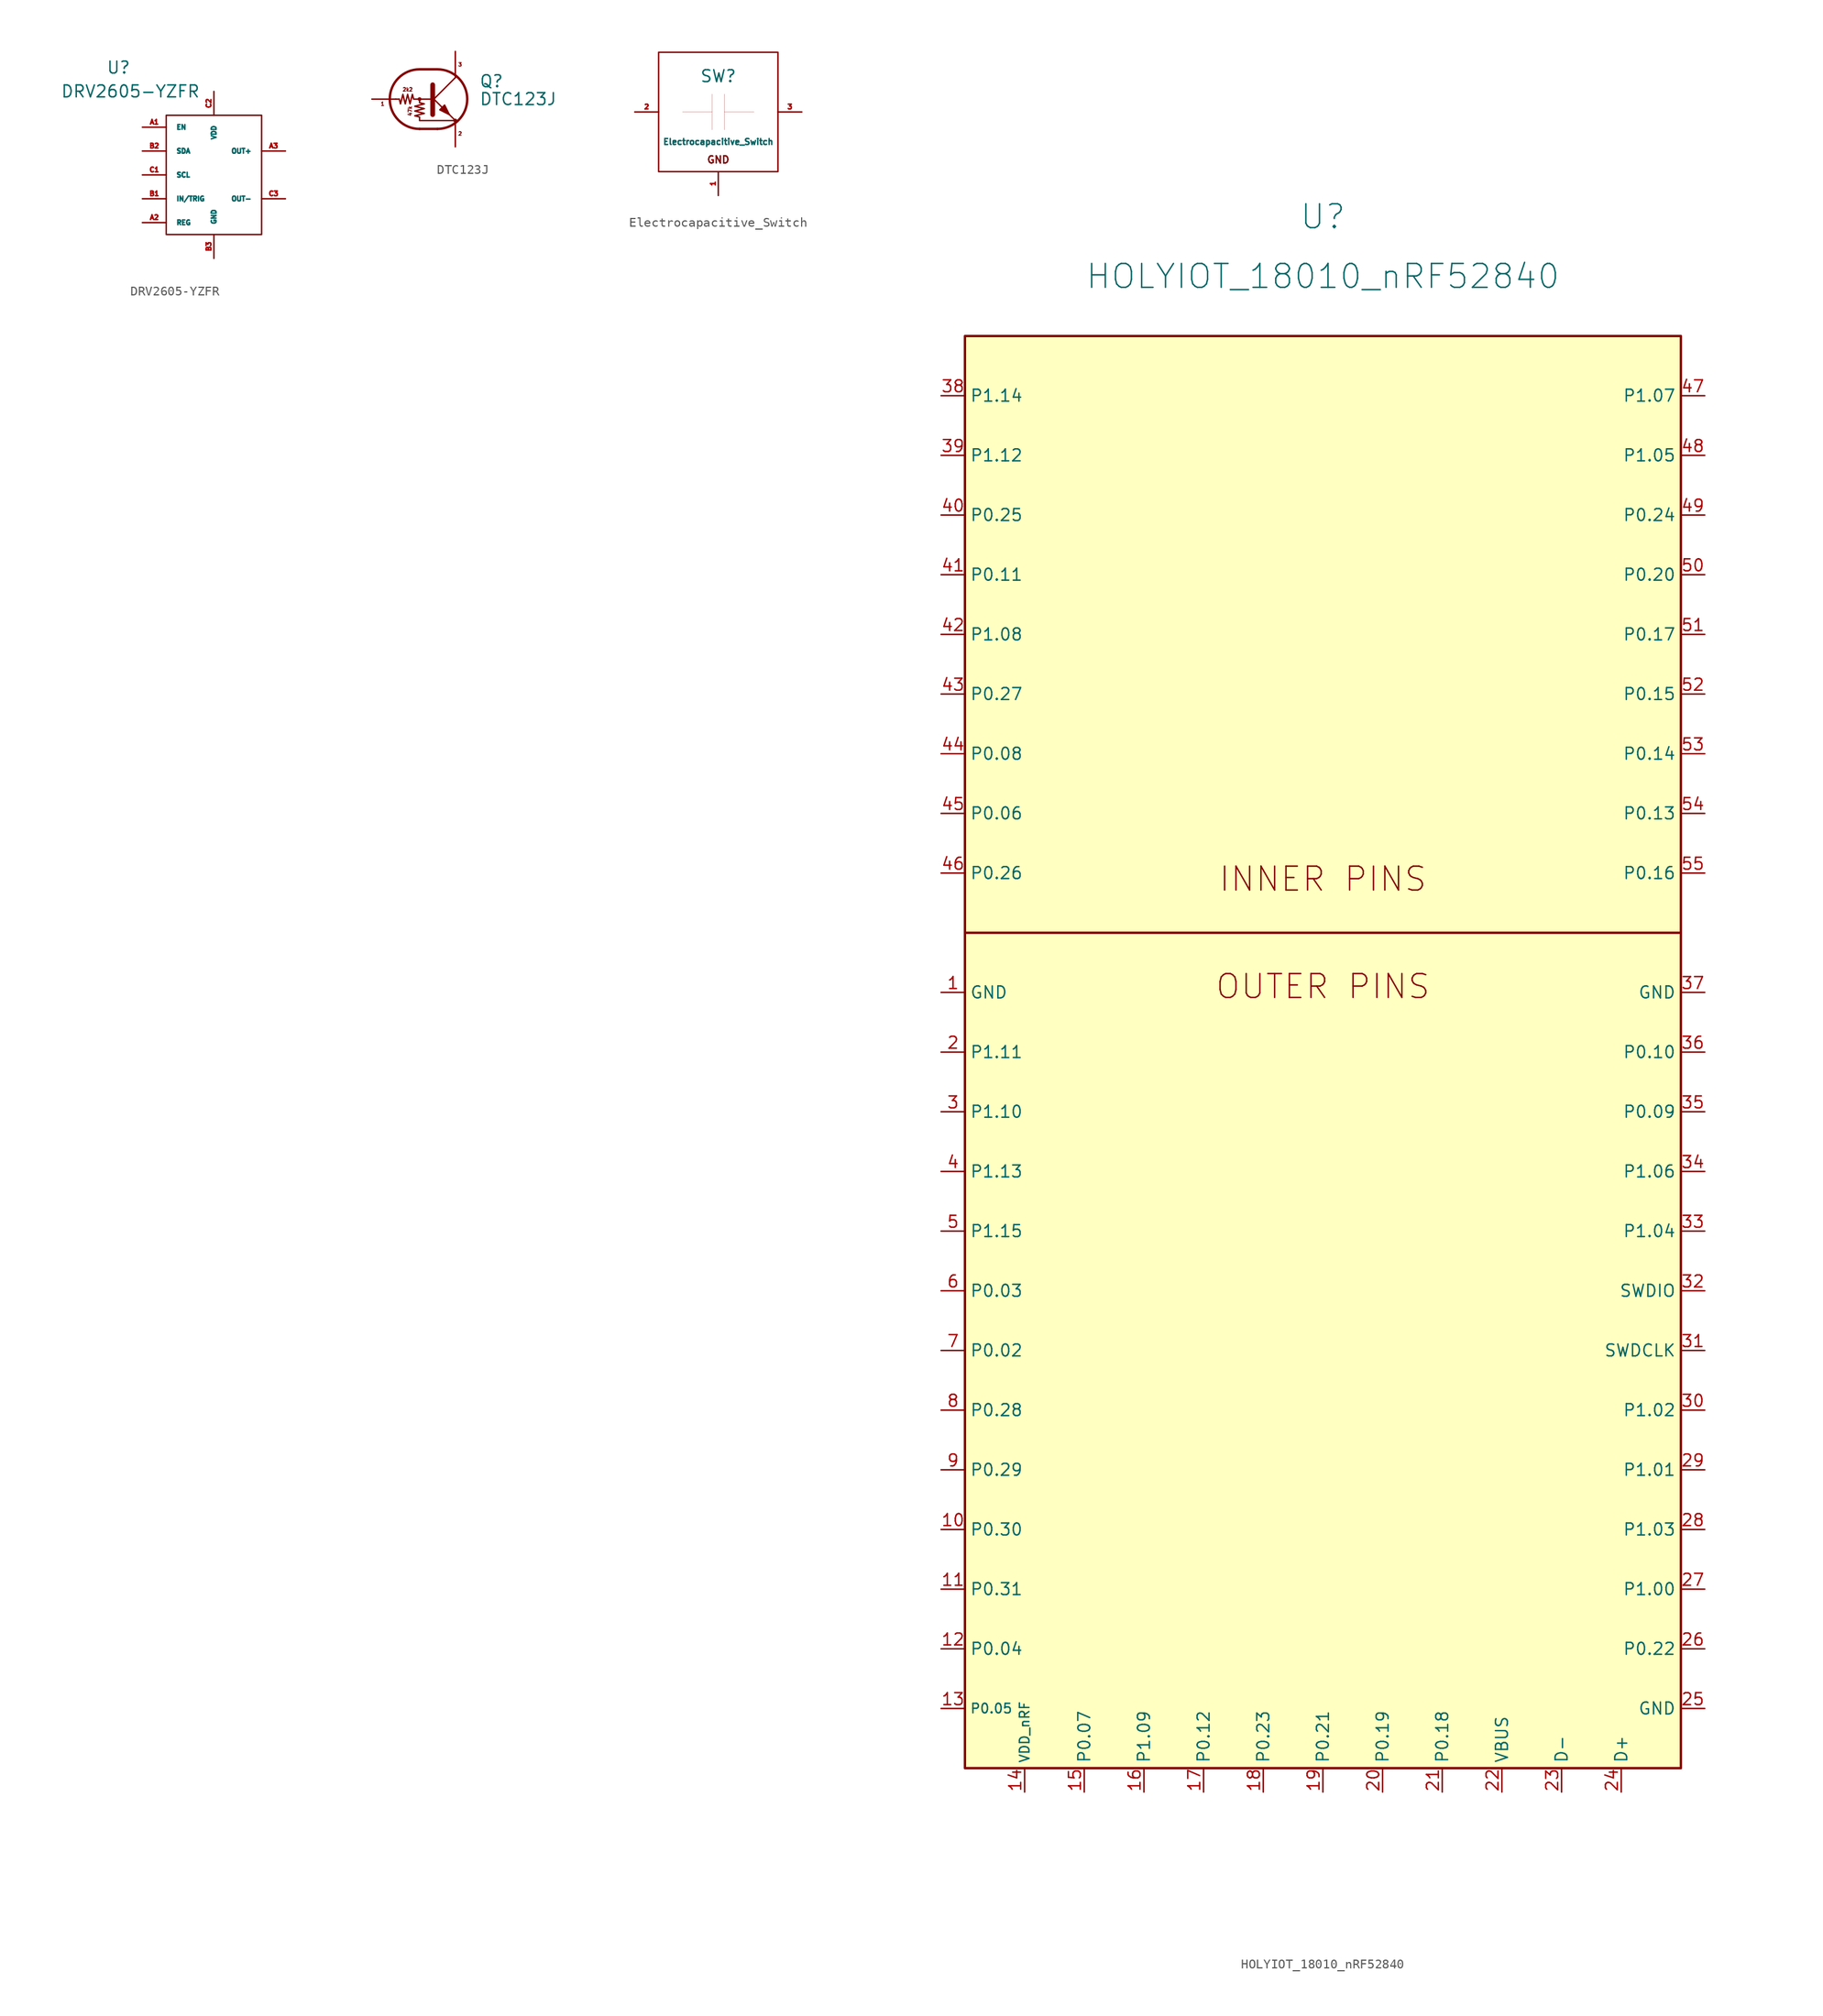
<source format=kicad_sym>
(kicad_symbol_lib
  (version 20211014)
  (generator kicad_symbol_editor)
  (symbol "DRV2605-YZFR"
    (pin_names
      (offset 1.016))
    (property "Reference" "U"
      (at -10.16 11.43 0)
      (effects (font (size 1.27 1.27))))
    (property "Value" "DRV2605-YZFR"
      (at -8.89 8.89 0)
      (effects (font (size 1.27 1.27))))
    (symbol "DRV2605-YZFR_0_1"
      (rectangle (start -5.08 6.35) (end 5.08 -6.35) (stroke (width 0) (type default) (color 0 0 0 0)) (fill (type none))))
    (symbol "DRV2605-YZFR_1_1"
      (pin input line (at -7.62 5.08 0) (length 2.54) (name "EN" (effects (font (size 0.508 0.508)))) (number "A1" (effects (font (size 0.508 0.508)))))
      (pin power_out line (at -7.62 -5.08 0) (length 2.54) (name "REG" (effects (font (size 0.508 0.508)))) (number "A2" (effects (font (size 0.508 0.508)))))
      (pin power_out line (at 7.62 2.54 180) (length 2.54) (name "OUT+" (effects (font (size 0.508 0.508)))) (number "A3" (effects (font (size 0.508 0.508)))))
      (pin input line (at -7.62 -2.54 0) (length 2.54) (name "IN/TRIG" (effects (font (size 0.508 0.508)))) (number "B1" (effects (font (size 0.508 0.508)))))
      (pin bidirectional line (at -7.62 2.54 0) (length 2.54) (name "SDA" (effects (font (size 0.508 0.508)))) (number "B2" (effects (font (size 0.508 0.508)))))
      (pin passive line (at 0 -8.89 90) (length 2.54) (name "GND" (effects (font (size 0.508 0.508)))) (number "B3" (effects (font (size 0.508 0.508)))))
      (pin bidirectional line (at -7.62 0 0) (length 2.54) (name "SCL" (effects (font (size 0.508 0.508)))) (number "C1" (effects (font (size 0.508 0.508)))))
      (pin passive line (at 0 8.89 270) (length 2.54) (name "VDD" (effects (font (size 0.508 0.508)))) (number "C2" (effects (font (size 0.508 0.508)))))
      (pin passive line (at 7.62 -2.54 180) (length 2.54) (name "OUT-" (effects (font (size 0.508 0.508)))) (number "C3" (effects (font (size 0.508 0.508)))))))
  (symbol "DTC123J"
    (pin_names
      (offset 0) hide)
    (property "Reference" "Q"
      (at 5.08 1.905 0)
      (effects (font (size 1.27 1.27)) (justify left)))
    (property "Value" "DTC123J"
      (at 5.08 0 0)
      (effects (font (size 1.27 1.27)) (justify left)))
    (symbol "DTC123J_0_0"
      (text "2k2" (at -2.54 1.016 0) (effects (font (size 0.381 0.381))))
      (text "47k" (at -2.286 -1.27 900) (effects (font (size 0.381 0.381)))))
    (symbol "DTC123J_0_1"
      (circle (center -1.27 0) (radius 0.127) (stroke (width 0) (type default) (color 0 0 0 0)) (fill (type none)))
      (arc (start -1.27 3.175) (mid -4.445 0) (end -1.27 -3.175) (stroke (width 0.254) (type default) (color 0 0 0 0)) (fill (type none)))
      (polyline (pts (xy -3.429 0) (xy -3.81 0)) (stroke (width 0) (type default) (color 0 0 0 0)) (fill (type none)))
      (polyline (pts (xy -1.27 -3.175) (xy 0.635 -3.175)) (stroke (width 0.254) (type default) (color 0 0 0 0)) (fill (type none)))
      (polyline (pts (xy -1.27 3.175) (xy 0.635 3.175)) (stroke (width 0.254) (type default) (color 0 0 0 0)) (fill (type none)))
      (polyline (pts (xy 0 -0.254) (xy 2.54 2.286)) (stroke (width 0) (type default) (color 0 0 0 0)) (fill (type none)))
      (polyline (pts (xy 0.127 1.524) (xy 0.127 -1.651)) (stroke (width 0.508) (type default) (color 0 0 0 0)) (fill (type outline)))
      (polyline (pts (xy 2.54 2.286) (xy 2.54 2.54)) (stroke (width 0) (type default) (color 0 0 0 0)) (fill (type none)))
      (polyline (pts (xy 2.54 -2.286) (xy 0 0.254) (xy 0 0.254)) (stroke (width 0) (type default) (color 0 0 0 0)) (fill (type none)))
      (polyline (pts (xy 0.889 -1.143) (xy 1.397 -0.635) (xy 1.905 -1.651) (xy 0.889 -1.143)) (stroke (width 0) (type default) (color 0 0 0 0)) (fill (type outline)))
      (polyline (pts (xy 0 0) (xy -1.905 0) (xy -2.032 0.508) (xy -2.286 -0.508) (xy -2.54 0.508) (xy -2.794 -0.508) (xy -3.048 0.508) (xy -3.302 -0.508) (xy -3.429 0)) (stroke (width 0) (type default) (color 0 0 0 0)) (fill (type none)))
      (polyline (pts (xy -1.27 0) (xy -1.27 -0.381) (xy -0.762 -0.508) (xy -1.778 -0.762) (xy -0.762 -1.016) (xy -1.778 -1.27) (xy -0.762 -1.524) (xy -1.778 -1.778) (xy -1.27 -1.905) (xy -1.27 -2.286) (xy 2.54 -2.286)) (stroke (width 0) (type default) (color 0 0 0 0)) (fill (type none)))
      (arc (start 0.635 -3.175) (mid 3.81 0) (end 0.635 3.175) (stroke (width 0.254) (type default) (color 0 0 0 0)) (fill (type none)))
      (circle (center 2.54 -2.286) (radius 0.127) (stroke (width 0) (type default) (color 0 0 0 0)) (fill (type none))))
    (symbol "DTC123J_1_1"
      (text "1" (at -5.207 -0.508 0) (effects (font (size 0.381 0.381))))
      (text "2" (at 3.048 -3.683 0) (effects (font (size 0.381 0.381))))
      (text "3" (at 3.048 3.683 0) (effects (font (size 0.381 0.381))))
      (pin input line (at -6.35 0 0) (length 2.54) (name "B" (effects (font (size 0 0)))) (number "1" (effects (font (size 0 0)))))
      (pin passive line (at 2.54 -5.08 90) (length 2.54) (name "E" (effects (font (size 0 0)))) (number "2" (effects (font (size 0 0)))))
      (pin passive line (at 2.54 5.08 270) (length 2.54) (name "C" (effects (font (size 0 0)))) (number "3" (effects (font (size 0 0)))))))
  (symbol "Electrocapacitive_Switch"
    (pin_names
      (offset 1.016))
    (property "Reference" "SW"
      (at 0 3.81 0)
      (effects (font (size 1.27 1.27))))
    (property "Value" "Electrocapacitive_Switch"
      (at 0 -3.175 0)
      (effects (font (size 0.635 0.635))))
    (symbol "Electrocapacitive_Switch_0_0"
      (rectangle (start -3.81 0) (end -0.635 0) (stroke (width 0.001) (type default) (color 0 0 0 0)) (fill (type none)))
      (rectangle (start -0.635 1.905) (end -0.635 -1.905) (stroke (width 0.001) (type default) (color 0 0 0 0)) (fill (type none)))
      (rectangle (start 0.635 0) (end 3.81 0) (stroke (width 0.001) (type default) (color 0 0 0 0)) (fill (type none)))
      (rectangle (start 0.635 1.905) (end 0.635 -1.905) (stroke (width 0.001) (type default) (color 0 0 0 0)) (fill (type none)))
      (text "GND" (at 0 -5.08 0) (effects (font (size 0.762 0.762)))))
    (symbol "Electrocapacitive_Switch_0_1"
      (rectangle (start -6.35 6.35) (end 6.35 -6.35) (stroke (width 0) (type default) (color 0 0 0 0)) (fill (type none))))
    (symbol "Electrocapacitive_Switch_1_1"
      (pin bidirectional line (at 0 -8.89 90) (length 2.54) (name "" (effects (font (size 0.508 0.508)))) (number "1" (effects (font (size 0.508 0.508)))))
      (pin bidirectional line (at -8.89 0 0) (length 2.54) (name "" (effects (font (size 0.508 0.508)))) (number "2" (effects (font (size 0.508 0.508)))))
      (pin bidirectional line (at 8.89 0 180) (length 2.54) (name "" (effects (font (size 0.508 0.508)))) (number "3" (effects (font (size 0.508 0.508)))))))
  (symbol "HOLYIOT_18010_nRF52840"
    (property "Reference" "U"
      (at 0 76.2 0)
      (effects (font (size 2.54 2.54))))
    (property "Value" "HOLYIOT_18010_nRF52840"
      (at 0 69.85 0)
      (effects (font (size 2.54 2.54))))
    (symbol "HOLYIOT_18010_nRF52840_0_0"
      (text "INNER PINS" (at 0 5.715 0) (effects (font (size 2.54 2.54))))
      (text "OUTER PINS" (at 0 -5.715 0) (effects (font (size 2.54 2.54)))))
    (symbol "HOLYIOT_18010_nRF52840_0_1"
      (rectangle (start -38.1 63.5) (end 38.1 -88.9) (stroke (width 0.254) (type default) (color 0 0 0 0)) (fill (type background)))
      (polyline (pts (xy -38.1 0) (xy 38.1 0)) (stroke (width 0.254) (type default) (color 0 0 0 0)) (fill (type none))))
    (symbol "HOLYIOT_18010_nRF52840_1_1"
      (pin power_in line (at -40.64 -6.35 0) (length 2.54) (name "GND" (effects (font (size 1.27 1.27)))) (number "1" (effects (font (size 1.27 1.27)))))
      (pin bidirectional line (at -40.64 -63.5 0) (length 2.54) (name "P0.30" (effects (font (size 1.27 1.27)))) (number "10" (effects (font (size 1.27 1.27)))))
      (pin bidirectional line (at -40.64 -69.85 0) (length 2.54) (name "P0.31" (effects (font (size 1.27 1.27)))) (number "11" (effects (font (size 1.27 1.27)))))
      (pin bidirectional line (at -40.64 -76.2 0) (length 2.54) (name "P0.04" (effects (font (size 1.27 1.27)))) (number "12" (effects (font (size 1.27 1.27)))))
      (pin bidirectional line (at -40.64 -82.55 0) (length 2.54) (name "P0.05" (effects (font (size 1.016 1.016)))) (number "13" (effects (font (size 1.27 1.27)))))
      (pin power_in line (at -31.75 -91.44 90) (length 2.54) (name "VDD_nRF" (effects (font (size 1.016 1.016)))) (number "14" (effects (font (size 1.27 1.27)))))
      (pin bidirectional line (at -25.4 -91.44 90) (length 2.54) (name "P0.07" (effects (font (size 1.27 1.27)))) (number "15" (effects (font (size 1.27 1.27)))))
      (pin bidirectional line (at -19.05 -91.44 90) (length 2.54) (name "P1.09" (effects (font (size 1.27 1.27)))) (number "16" (effects (font (size 1.27 1.27)))))
      (pin bidirectional line (at -12.7 -91.44 90) (length 2.54) (name "P0.12" (effects (font (size 1.27 1.27)))) (number "17" (effects (font (size 1.27 1.27)))))
      (pin bidirectional line (at -6.35 -91.44 90) (length 2.54) (name "P0.23" (effects (font (size 1.27 1.27)))) (number "18" (effects (font (size 1.27 1.27)))))
      (pin bidirectional line (at 0 -91.44 90) (length 2.54) (name "P0.21" (effects (font (size 1.27 1.27)))) (number "19" (effects (font (size 1.27 1.27)))))
      (pin bidirectional line (at -40.64 -12.7 0) (length 2.54) (name "P1.11" (effects (font (size 1.27 1.27)))) (number "2" (effects (font (size 1.27 1.27)))))
      (pin bidirectional line (at 6.35 -91.44 90) (length 2.54) (name "P0.19" (effects (font (size 1.27 1.27)))) (number "20" (effects (font (size 1.27 1.27)))))
      (pin bidirectional line (at 12.7 -91.44 90) (length 2.54) (name "P0.18" (effects (font (size 1.27 1.27)))) (number "21" (effects (font (size 1.27 1.27)))))
      (pin power_in line (at 19.05 -91.44 90) (length 2.54) (name "VBUS" (effects (font (size 1.27 1.27)))) (number "22" (effects (font (size 1.27 1.27)))))
      (pin bidirectional line (at 25.4 -91.44 90) (length 2.54) (name "D-" (effects (font (size 1.27 1.27)))) (number "23" (effects (font (size 1.27 1.27)))))
      (pin bidirectional line (at 31.75 -91.44 90) (length 2.54) (name "D+" (effects (font (size 1.27 1.27)))) (number "24" (effects (font (size 1.27 1.27)))))
      (pin power_in line (at 40.64 -82.55 180) (length 2.54) (name "GND" (effects (font (size 1.27 1.27)))) (number "25" (effects (font (size 1.27 1.27)))))
      (pin bidirectional line (at 40.64 -76.2 180) (length 2.54) (name "P0.22" (effects (font (size 1.27 1.27)))) (number "26" (effects (font (size 1.27 1.27)))))
      (pin bidirectional line (at 40.64 -69.85 180) (length 2.54) (name "P1.00" (effects (font (size 1.27 1.27)))) (number "27" (effects (font (size 1.27 1.27)))))
      (pin bidirectional line (at 40.64 -63.5 180) (length 2.54) (name "P1.03" (effects (font (size 1.27 1.27)))) (number "28" (effects (font (size 1.27 1.27)))))
      (pin bidirectional line (at 40.64 -57.15 180) (length 2.54) (name "P1.01" (effects (font (size 1.27 1.27)))) (number "29" (effects (font (size 1.27 1.27)))))
      (pin bidirectional line (at -40.64 -19.05 0) (length 2.54) (name "P1.10" (effects (font (size 1.27 1.27)))) (number "3" (effects (font (size 1.27 1.27)))))
      (pin bidirectional line (at 40.64 -50.8 180) (length 2.54) (name "P1.02" (effects (font (size 1.27 1.27)))) (number "30" (effects (font (size 1.27 1.27)))))
      (pin bidirectional line (at 40.64 -44.45 180) (length 2.54) (name "SWDCLK" (effects (font (size 1.27 1.27)))) (number "31" (effects (font (size 1.27 1.27)))))
      (pin bidirectional line (at 40.64 -38.1 180) (length 2.54) (name "SWDIO" (effects (font (size 1.27 1.27)))) (number "32" (effects (font (size 1.27 1.27)))))
      (pin bidirectional line (at 40.64 -31.75 180) (length 2.54) (name "P1.04" (effects (font (size 1.27 1.27)))) (number "33" (effects (font (size 1.27 1.27)))))
      (pin bidirectional line (at 40.64 -25.4 180) (length 2.54) (name "P1.06" (effects (font (size 1.27 1.27)))) (number "34" (effects (font (size 1.27 1.27)))))
      (pin bidirectional line (at 40.64 -19.05 180) (length 2.54) (name "P0.09" (effects (font (size 1.27 1.27)))) (number "35" (effects (font (size 1.27 1.27)))))
      (pin bidirectional line (at 40.64 -12.7 180) (length 2.54) (name "P0.10" (effects (font (size 1.27 1.27)))) (number "36" (effects (font (size 1.27 1.27)))))
      (pin power_in line (at 40.64 -6.35 180) (length 2.54) (name "GND" (effects (font (size 1.27 1.27)))) (number "37" (effects (font (size 1.27 1.27)))))
      (pin bidirectional line (at -40.64 57.15 0) (length 2.54) (name "P1.14" (effects (font (size 1.27 1.27)))) (number "38" (effects (font (size 1.27 1.27)))))
      (pin bidirectional line (at -40.64 50.8 0) (length 2.54) (name "P1.12" (effects (font (size 1.27 1.27)))) (number "39" (effects (font (size 1.27 1.27)))))
      (pin bidirectional line (at -40.64 -25.4 0) (length 2.54) (name "P1.13" (effects (font (size 1.27 1.27)))) (number "4" (effects (font (size 1.27 1.27)))))
      (pin bidirectional line (at -40.64 44.45 0) (length 2.54) (name "P0.25" (effects (font (size 1.27 1.27)))) (number "40" (effects (font (size 1.27 1.27)))))
      (pin bidirectional line (at -40.64 38.1 0) (length 2.54) (name "P0.11" (effects (font (size 1.27 1.27)))) (number "41" (effects (font (size 1.27 1.27)))))
      (pin bidirectional line (at -40.64 31.75 0) (length 2.54) (name "P1.08" (effects (font (size 1.27 1.27)))) (number "42" (effects (font (size 1.27 1.27)))))
      (pin bidirectional line (at -40.64 25.4 0) (length 2.54) (name "P0.27" (effects (font (size 1.27 1.27)))) (number "43" (effects (font (size 1.27 1.27)))))
      (pin bidirectional line (at -40.64 19.05 0) (length 2.54) (name "P0.08" (effects (font (size 1.27 1.27)))) (number "44" (effects (font (size 1.27 1.27)))))
      (pin bidirectional line (at -40.64 12.7 0) (length 2.54) (name "P0.06" (effects (font (size 1.27 1.27)))) (number "45" (effects (font (size 1.27 1.27)))))
      (pin bidirectional line (at -40.64 6.35 0) (length 2.54) (name "P0.26" (effects (font (size 1.27 1.27)))) (number "46" (effects (font (size 1.27 1.27)))))
      (pin bidirectional line (at 40.64 57.15 180) (length 2.54) (name "P1.07" (effects (font (size 1.27 1.27)))) (number "47" (effects (font (size 1.27 1.27)))))
      (pin bidirectional line (at 40.64 50.8 180) (length 2.54) (name "P1.05" (effects (font (size 1.27 1.27)))) (number "48" (effects (font (size 1.27 1.27)))))
      (pin bidirectional line (at 40.64 44.45 180) (length 2.54) (name "P0.24" (effects (font (size 1.27 1.27)))) (number "49" (effects (font (size 1.27 1.27)))))
      (pin bidirectional line (at -40.64 -31.75 0) (length 2.54) (name "P1.15" (effects (font (size 1.27 1.27)))) (number "5" (effects (font (size 1.27 1.27)))))
      (pin bidirectional line (at 40.64 38.1 180) (length 2.54) (name "P0.20" (effects (font (size 1.27 1.27)))) (number "50" (effects (font (size 1.27 1.27)))))
      (pin bidirectional line (at 40.64 31.75 180) (length 2.54) (name "P0.17" (effects (font (size 1.27 1.27)))) (number "51" (effects (font (size 1.27 1.27)))))
      (pin bidirectional line (at 40.64 25.4 180) (length 2.54) (name "P0.15" (effects (font (size 1.27 1.27)))) (number "52" (effects (font (size 1.27 1.27)))))
      (pin bidirectional line (at 40.64 19.05 180) (length 2.54) (name "P0.14" (effects (font (size 1.27 1.27)))) (number "53" (effects (font (size 1.27 1.27)))))
      (pin bidirectional line (at 40.64 12.7 180) (length 2.54) (name "P0.13" (effects (font (size 1.27 1.27)))) (number "54" (effects (font (size 1.27 1.27)))))
      (pin bidirectional line (at 40.64 6.35 180) (length 2.54) (name "P0.16" (effects (font (size 1.27 1.27)))) (number "55" (effects (font (size 1.27 1.27)))))
      (pin bidirectional line (at -40.64 -38.1 0) (length 2.54) (name "P0.03" (effects (font (size 1.27 1.27)))) (number "6" (effects (font (size 1.27 1.27)))))
      (pin bidirectional line (at -40.64 -44.45 0) (length 2.54) (name "P0.02" (effects (font (size 1.27 1.27)))) (number "7" (effects (font (size 1.27 1.27)))))
      (pin bidirectional line (at -40.64 -50.8 0) (length 2.54) (name "P0.28" (effects (font (size 1.27 1.27)))) (number "8" (effects (font (size 1.27 1.27)))))
      (pin bidirectional line (at -40.64 -57.15 0) (length 2.54) (name "P0.29" (effects (font (size 1.27 1.27)))) (number "9" (effects (font (size 1.27 1.27))))))))
</source>
